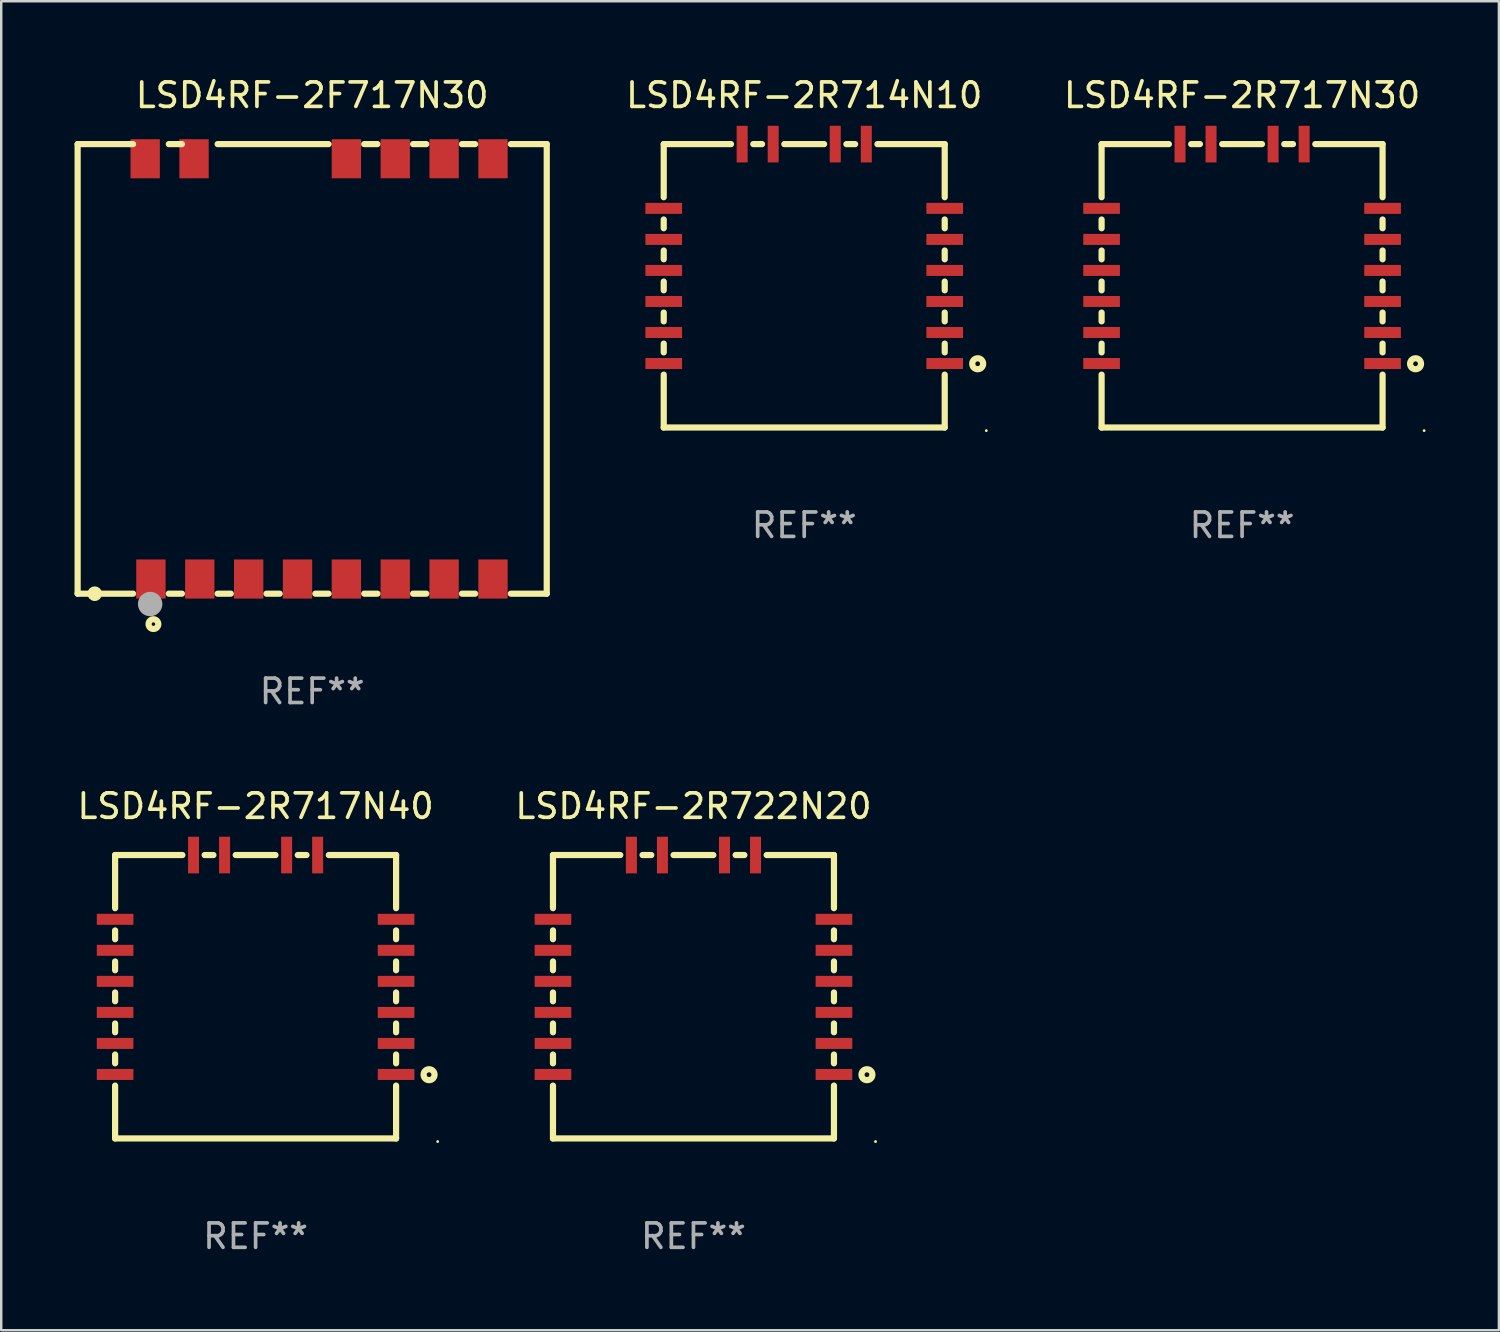
<source format=kicad_pcb>
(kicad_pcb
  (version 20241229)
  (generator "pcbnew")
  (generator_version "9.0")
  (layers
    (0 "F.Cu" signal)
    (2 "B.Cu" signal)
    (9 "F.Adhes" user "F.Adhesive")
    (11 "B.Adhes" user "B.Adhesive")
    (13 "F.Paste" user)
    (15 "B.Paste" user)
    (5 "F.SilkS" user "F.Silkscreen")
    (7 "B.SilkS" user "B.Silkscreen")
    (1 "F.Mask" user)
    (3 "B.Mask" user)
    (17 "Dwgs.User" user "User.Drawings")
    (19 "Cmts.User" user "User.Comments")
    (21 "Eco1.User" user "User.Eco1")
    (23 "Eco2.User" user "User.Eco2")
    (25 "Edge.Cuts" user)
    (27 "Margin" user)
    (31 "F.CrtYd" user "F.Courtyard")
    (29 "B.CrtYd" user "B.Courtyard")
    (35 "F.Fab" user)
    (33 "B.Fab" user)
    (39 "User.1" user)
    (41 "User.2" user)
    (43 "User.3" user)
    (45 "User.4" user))
  (footprint "LSD4RF-2R722N20"
    (layer "F.Cu")
    (at 25.332 37.745)
    (property "Reference" "LSD4RF-2R722N20" (at 0 -7.8 0) (layer "F.SilkS") (effects (font (size 1 1) (thickness 0.15))))
    (attr through_hole)
    (fp_line (start -5.75 -5.8) (end -2.996 -5.8) (stroke (width 0.254) (type solid)) (layer "F.SilkS"))
    (fp_line (start -5.75 -3.626) (end -5.75 -5.8) (stroke (width 0.254) (type solid)) (layer "F.SilkS"))
    (fp_line (start -5.75 -2.356) (end -5.75 -2.714) (stroke (width 0.254) (type solid)) (layer "F.SilkS"))
    (fp_line (start -5.75 -1.086) (end -5.75 -1.444) (stroke (width 0.254) (type solid)) (layer "F.SilkS"))
    (fp_line (start -5.75 0.184) (end -5.75 -0.174) (stroke (width 0.254) (type solid)) (layer "F.SilkS"))
    (fp_line (start -5.75 1.454) (end -5.75 1.096) (stroke (width 0.254) (type solid)) (layer "F.SilkS"))
    (fp_line (start -5.75 2.724) (end -5.75 2.366) (stroke (width 0.254) (type solid)) (layer "F.SilkS"))
    (fp_line (start -5.75 5.8) (end -5.75 3.636) (stroke (width 0.254) (type solid)) (layer "F.SilkS"))
    (fp_line (start -2.084 -5.8) (end -1.726 -5.8) (stroke (width 0.254) (type solid)) (layer "F.SilkS"))
    (fp_line (start -0.814 -5.8) (end 0.814 -5.8) (stroke (width 0.254) (type solid)) (layer "F.SilkS"))
    (fp_line (start 1.726 -5.8) (end 2.084 -5.8) (stroke (width 0.254) (type solid)) (layer "F.SilkS"))
    (fp_line (start 2.996 -5.8) (end 5.75 -5.8) (stroke (width 0.254) (type solid)) (layer "F.SilkS"))
    (fp_line (start 5.75 -5.8) (end 5.75 -3.626) (stroke (width 0.254) (type solid)) (layer "F.SilkS"))
    (fp_line (start 5.75 -2.714) (end 5.75 -2.356) (stroke (width 0.254) (type solid)) (layer "F.SilkS"))
    (fp_line (start 5.75 -1.444) (end 5.75 -1.086) (stroke (width 0.254) (type solid)) (layer "F.SilkS"))
    (fp_line (start 5.75 -0.174) (end 5.75 0.184) (stroke (width 0.254) (type solid)) (layer "F.SilkS"))
    (fp_line (start 5.75 1.096) (end 5.75 1.454) (stroke (width 0.254) (type solid)) (layer "F.SilkS"))
    (fp_line (start 5.75 2.366) (end 5.75 2.724) (stroke (width 0.254) (type solid)) (layer "F.SilkS"))
    (fp_line (start 5.75 3.636) (end 5.75 5.8) (stroke (width 0.254) (type solid)) (layer "F.SilkS"))
    (fp_line (start 5.75 5.8) (end -5.75 5.8) (stroke (width 0.254) (type solid)) (layer "F.SilkS"))
    (fp_circle (center 7.1 3.19) (end 7.324 3.19) (stroke (width 0.254) (type solid)) (fill no) (layer "F.SilkS"))
    (fp_circle (center 7.451 5.927) (end 7.481 5.927) (stroke (width 0.06) (type solid)) (fill no) (layer "F.SilkS"))
    (fp_text user "REF**" (at 0 9.8 0) (layer "F.Fab") (effects (font (size 1 1) (thickness 0.15))))
    (pad "1" smd rect (at 5.75 3.18 180) (size 1.5 0.45) (layers "F.Cu" "F.Mask" "F.Paste"))
    (pad "2" smd rect (at 5.75 1.91 180) (size 1.5 0.45) (layers "F.Cu" "F.Mask" "F.Paste"))
    (pad "3" smd rect (at 5.75 0.64 180) (size 1.5 0.45) (layers "F.Cu" "F.Mask" "F.Paste"))
    (pad "4" smd rect (at 5.75 -0.63 180) (size 1.5 0.45) (layers "F.Cu" "F.Mask" "F.Paste"))
    (pad "5" smd rect (at 5.75 -1.9 180) (size 1.5 0.45) (layers "F.Cu" "F.Mask" "F.Paste"))
    (pad "6" smd rect (at 5.75 -3.17 180) (size 1.5 0.45) (layers "F.Cu" "F.Mask" "F.Paste"))
    (pad "7" smd rect (at 2.54 -5.8 270) (size 1.5 0.45) (layers "F.Cu" "F.Mask" "F.Paste"))
    (pad "8" smd rect (at 1.27 -5.8 270) (size 1.5 0.45) (layers "F.Cu" "F.Mask" "F.Paste"))
    (pad "9" smd rect (at -1.27 -5.8 270) (size 1.5 0.45) (layers "F.Cu" "F.Mask" "F.Paste"))
    (pad "10" smd rect (at -2.54 -5.8 270) (size 1.5 0.45) (layers "F.Cu" "F.Mask" "F.Paste"))
    (pad "11" smd rect (at -5.75 -3.17) (size 1.5 0.45) (layers "F.Cu" "F.Mask" "F.Paste"))
    (pad "12" smd rect (at -5.75 -1.9) (size 1.5 0.45) (layers "F.Cu" "F.Mask" "F.Paste"))
    (pad "13" smd rect (at -5.75 -0.63) (size 1.5 0.45) (layers "F.Cu" "F.Mask" "F.Paste"))
    (pad "14" smd rect (at -5.75 0.64) (size 1.5 0.45) (layers "F.Cu" "F.Mask" "F.Paste"))
    (pad "15" smd rect (at -5.75 1.91) (size 1.5 0.45) (layers "F.Cu" "F.Mask" "F.Paste"))
    (pad "16" smd rect (at -5.75 3.18) (size 1.5 0.45) (layers "F.Cu" "F.Mask" "F.Paste")))
  (footprint "LSD4RF-2F717N30"
    (layer "F.Cu")
    (at 9.727 12.048)
    (property "Reference" "LSD4RF-2F717N30" (at 0 -11.2 0) (layer "F.SilkS") (effects (font (size 1 1) (thickness 0.15))))
    (attr through_hole)
    (fp_line (start -9.6 9.2) (end -9.6 -9.2) (stroke (width 0.254) (type solid)) (layer "F.SilkS"))
    (fp_line (start -7.331 -9.2) (end -9.6 -9.2) (stroke (width 0.254) (type solid)) (layer "F.SilkS"))
    (fp_line (start -7.331 9.2) (end -9.6 9.2) (stroke (width 0.254) (type solid)) (layer "F.SilkS"))
    (fp_line (start -5.331 -9.2) (end -5.869 -9.2) (stroke (width 0.254) (type solid)) (layer "F.SilkS"))
    (fp_line (start -5.331 9.2) (end -5.869 9.2) (stroke (width 0.254) (type solid)) (layer "F.SilkS"))
    (fp_line (start -3.331 9.2) (end -3.869 9.2) (stroke (width 0.254) (type solid)) (layer "F.SilkS"))
    (fp_line (start -1.331 9.2) (end -1.869 9.2) (stroke (width 0.254) (type solid)) (layer "F.SilkS"))
    (fp_line (start 0.669 -9.2) (end -3.869 -9.2) (stroke (width 0.254) (type solid)) (layer "F.SilkS"))
    (fp_line (start 0.669 9.2) (end 0.131 9.2) (stroke (width 0.254) (type solid)) (layer "F.SilkS"))
    (fp_line (start 2.669 -9.2) (end 2.131 -9.2) (stroke (width 0.254) (type solid)) (layer "F.SilkS"))
    (fp_line (start 2.669 9.2) (end 2.131 9.2) (stroke (width 0.254) (type solid)) (layer "F.SilkS"))
    (fp_line (start 4.669 -9.2) (end 4.131 -9.2) (stroke (width 0.254) (type solid)) (layer "F.SilkS"))
    (fp_line (start 4.669 9.2) (end 4.131 9.2) (stroke (width 0.254) (type solid)) (layer "F.SilkS"))
    (fp_line (start 6.669 -9.2) (end 6.131 -9.2) (stroke (width 0.254) (type solid)) (layer "F.SilkS"))
    (fp_line (start 6.669 9.2) (end 6.131 9.2) (stroke (width 0.254) (type solid)) (layer "F.SilkS"))
    (fp_line (start 9.6 -9.2) (end 8.131 -9.2) (stroke (width 0.254) (type solid)) (layer "F.SilkS"))
    (fp_line (start 9.6 9.2) (end 8.131 9.2) (stroke (width 0.254) (type solid)) (layer "F.SilkS"))
    (fp_line (start 9.6 9.2) (end 9.6 -9.2) (stroke (width 0.254) (type solid)) (layer "F.SilkS"))
    (fp_circle (center -8.9 9.2) (end -8.75 9.2) (stroke (width 0.3) (type solid)) (fill no) (layer "F.SilkS"))
    (fp_circle (center -6.497 10.446) (end -6.298 10.446) (stroke (width 0.254) (type solid)) (fill no) (layer "F.SilkS"))
    (fp_circle (center -6.632 9.624) (end -6.382 9.624) (stroke (width 0.5) (type solid)) (fill no) (layer "F.Fab"))
    (fp_text user "REF**" (at 0 13.2 0) (layer "F.Fab") (effects (font (size 1 1) (thickness 0.15))))
    (pad "1" smd rect (at -6.6 8.6 90) (size 1.6 1.2) (layers "F.Cu" "F.Mask" "F.Paste"))
    (pad "2" smd rect (at -4.6 8.6 90) (size 1.6 1.2) (layers "F.Cu" "F.Mask" "F.Paste"))
    (pad "3" smd rect (at -2.6 8.6 90) (size 1.6 1.2) (layers "F.Cu" "F.Mask" "F.Paste"))
    (pad "4" smd rect (at -0.6 8.6 90) (size 1.6 1.2) (layers "F.Cu" "F.Mask" "F.Paste"))
    (pad "5" smd rect (at 1.4 8.6 90) (size 1.6 1.2) (layers "F.Cu" "F.Mask" "F.Paste"))
    (pad "6" smd rect (at 3.4 8.6 90) (size 1.6 1.2) (layers "F.Cu" "F.Mask" "F.Paste"))
    (pad "7" smd rect (at 5.4 8.6 90) (size 1.6 1.2) (layers "F.Cu" "F.Mask" "F.Paste"))
    (pad "8" smd rect (at 7.4 8.6 90) (size 1.6 1.2) (layers "F.Cu" "F.Mask" "F.Paste"))
    (pad "9" smd rect (at 7.4 -8.6 90) (size 1.6 1.2) (layers "F.Cu" "F.Mask" "F.Paste"))
    (pad "10" smd rect (at 5.4 -8.6 90) (size 1.6 1.2) (layers "F.Cu" "F.Mask" "F.Paste"))
    (pad "11" smd rect (at 3.4 -8.6 90) (size 1.6 1.2) (layers "F.Cu" "F.Mask" "F.Paste"))
    (pad "12" smd rect (at 1.4 -8.6 90) (size 1.6 1.2) (layers "F.Cu" "F.Mask" "F.Paste"))
    (pad "13" smd rect (at -4.835 -8.6 90) (size 1.6 1.2) (layers "F.Cu" "F.Mask" "F.Paste"))
    (pad "14" smd rect (at -6.835 -8.6 90) (size 1.6 1.2) (layers "F.Cu" "F.Mask" "F.Paste")))
  (footprint "LSD4RF-2R714N10"
    (layer "F.Cu")
    (at 29.865 8.648)
    (property "Reference" "LSD4RF-2R714N10" (at 0 -7.8 0) (layer "F.SilkS") (effects (font (size 1 1) (thickness 0.15))))
    (attr through_hole)
    (fp_line (start -5.75 -5.8) (end -2.996 -5.8) (stroke (width 0.254) (type solid)) (layer "F.SilkS"))
    (fp_line (start -5.75 -3.626) (end -5.75 -5.8) (stroke (width 0.254) (type solid)) (layer "F.SilkS"))
    (fp_line (start -5.75 -2.356) (end -5.75 -2.714) (stroke (width 0.254) (type solid)) (layer "F.SilkS"))
    (fp_line (start -5.75 -1.086) (end -5.75 -1.444) (stroke (width 0.254) (type solid)) (layer "F.SilkS"))
    (fp_line (start -5.75 0.184) (end -5.75 -0.174) (stroke (width 0.254) (type solid)) (layer "F.SilkS"))
    (fp_line (start -5.75 1.454) (end -5.75 1.096) (stroke (width 0.254) (type solid)) (layer "F.SilkS"))
    (fp_line (start -5.75 2.724) (end -5.75 2.366) (stroke (width 0.254) (type solid)) (layer "F.SilkS"))
    (fp_line (start -5.75 5.8) (end -5.75 3.636) (stroke (width 0.254) (type solid)) (layer "F.SilkS"))
    (fp_line (start -2.084 -5.8) (end -1.726 -5.8) (stroke (width 0.254) (type solid)) (layer "F.SilkS"))
    (fp_line (start -0.814 -5.8) (end 0.814 -5.8) (stroke (width 0.254) (type solid)) (layer "F.SilkS"))
    (fp_line (start 1.726 -5.8) (end 2.084 -5.8) (stroke (width 0.254) (type solid)) (layer "F.SilkS"))
    (fp_line (start 2.996 -5.8) (end 5.75 -5.8) (stroke (width 0.254) (type solid)) (layer "F.SilkS"))
    (fp_line (start 5.75 -5.8) (end 5.75 -3.626) (stroke (width 0.254) (type solid)) (layer "F.SilkS"))
    (fp_line (start 5.75 -2.714) (end 5.75 -2.356) (stroke (width 0.254) (type solid)) (layer "F.SilkS"))
    (fp_line (start 5.75 -1.444) (end 5.75 -1.086) (stroke (width 0.254) (type solid)) (layer "F.SilkS"))
    (fp_line (start 5.75 -0.174) (end 5.75 0.184) (stroke (width 0.254) (type solid)) (layer "F.SilkS"))
    (fp_line (start 5.75 1.096) (end 5.75 1.454) (stroke (width 0.254) (type solid)) (layer "F.SilkS"))
    (fp_line (start 5.75 2.366) (end 5.75 2.724) (stroke (width 0.254) (type solid)) (layer "F.SilkS"))
    (fp_line (start 5.75 3.636) (end 5.75 5.8) (stroke (width 0.254) (type solid)) (layer "F.SilkS"))
    (fp_line (start 5.75 5.8) (end -5.75 5.8) (stroke (width 0.254) (type solid)) (layer "F.SilkS"))
    (fp_circle (center 7.1 3.19) (end 7.324 3.19) (stroke (width 0.254) (type solid)) (fill no) (layer "F.SilkS"))
    (fp_circle (center 7.451 5.927) (end 7.481 5.927) (stroke (width 0.06) (type solid)) (fill no) (layer "F.SilkS"))
    (fp_text user "REF**" (at 0 9.8 0) (layer "F.Fab") (effects (font (size 1 1) (thickness 0.15))))
    (pad "1" smd rect (at 5.75 3.18 180) (size 1.5 0.45) (layers "F.Cu" "F.Mask" "F.Paste"))
    (pad "2" smd rect (at 5.75 1.91 180) (size 1.5 0.45) (layers "F.Cu" "F.Mask" "F.Paste"))
    (pad "3" smd rect (at 5.75 0.64 180) (size 1.5 0.45) (layers "F.Cu" "F.Mask" "F.Paste"))
    (pad "4" smd rect (at 5.75 -0.63 180) (size 1.5 0.45) (layers "F.Cu" "F.Mask" "F.Paste"))
    (pad "5" smd rect (at 5.75 -1.9 180) (size 1.5 0.45) (layers "F.Cu" "F.Mask" "F.Paste"))
    (pad "6" smd rect (at 5.75 -3.17 180) (size 1.5 0.45) (layers "F.Cu" "F.Mask" "F.Paste"))
    (pad "7" smd rect (at 2.54 -5.8 270) (size 1.5 0.45) (layers "F.Cu" "F.Mask" "F.Paste"))
    (pad "8" smd rect (at 1.27 -5.8 270) (size 1.5 0.45) (layers "F.Cu" "F.Mask" "F.Paste"))
    (pad "9" smd rect (at -1.27 -5.8 270) (size 1.5 0.45) (layers "F.Cu" "F.Mask" "F.Paste"))
    (pad "10" smd rect (at -2.54 -5.8 270) (size 1.5 0.45) (layers "F.Cu" "F.Mask" "F.Paste"))
    (pad "11" smd rect (at -5.75 -3.17) (size 1.5 0.45) (layers "F.Cu" "F.Mask" "F.Paste"))
    (pad "12" smd rect (at -5.75 -1.9) (size 1.5 0.45) (layers "F.Cu" "F.Mask" "F.Paste"))
    (pad "13" smd rect (at -5.75 -0.63) (size 1.5 0.45) (layers "F.Cu" "F.Mask" "F.Paste"))
    (pad "14" smd rect (at -5.75 0.64) (size 1.5 0.45) (layers "F.Cu" "F.Mask" "F.Paste"))
    (pad "15" smd rect (at -5.75 1.91) (size 1.5 0.45) (layers "F.Cu" "F.Mask" "F.Paste"))
    (pad "16" smd rect (at -5.75 3.18) (size 1.5 0.45) (layers "F.Cu" "F.Mask" "F.Paste")))
  (footprint "LSD4RF-2R717N40"
    (layer "F.Cu")
    (at 7.411 37.745)
    (property "Reference" "LSD4RF-2R717N40" (at 0 -7.8 0) (layer "F.SilkS") (effects (font (size 1 1) (thickness 0.15))))
    (attr through_hole)
    (fp_line (start -5.75 -5.8) (end -2.996 -5.8) (stroke (width 0.254) (type solid)) (layer "F.SilkS"))
    (fp_line (start -5.75 -3.626) (end -5.75 -5.8) (stroke (width 0.254) (type solid)) (layer "F.SilkS"))
    (fp_line (start -5.75 -2.356) (end -5.75 -2.714) (stroke (width 0.254) (type solid)) (layer "F.SilkS"))
    (fp_line (start -5.75 -1.086) (end -5.75 -1.444) (stroke (width 0.254) (type solid)) (layer "F.SilkS"))
    (fp_line (start -5.75 0.184) (end -5.75 -0.174) (stroke (width 0.254) (type solid)) (layer "F.SilkS"))
    (fp_line (start -5.75 1.454) (end -5.75 1.096) (stroke (width 0.254) (type solid)) (layer "F.SilkS"))
    (fp_line (start -5.75 2.724) (end -5.75 2.366) (stroke (width 0.254) (type solid)) (layer "F.SilkS"))
    (fp_line (start -5.75 5.8) (end -5.75 3.636) (stroke (width 0.254) (type solid)) (layer "F.SilkS"))
    (fp_line (start -2.084 -5.8) (end -1.726 -5.8) (stroke (width 0.254) (type solid)) (layer "F.SilkS"))
    (fp_line (start -0.814 -5.8) (end 0.814 -5.8) (stroke (width 0.254) (type solid)) (layer "F.SilkS"))
    (fp_line (start 1.726 -5.8) (end 2.084 -5.8) (stroke (width 0.254) (type solid)) (layer "F.SilkS"))
    (fp_line (start 2.996 -5.8) (end 5.75 -5.8) (stroke (width 0.254) (type solid)) (layer "F.SilkS"))
    (fp_line (start 5.75 -5.8) (end 5.75 -3.626) (stroke (width 0.254) (type solid)) (layer "F.SilkS"))
    (fp_line (start 5.75 -2.714) (end 5.75 -2.356) (stroke (width 0.254) (type solid)) (layer "F.SilkS"))
    (fp_line (start 5.75 -1.444) (end 5.75 -1.086) (stroke (width 0.254) (type solid)) (layer "F.SilkS"))
    (fp_line (start 5.75 -0.174) (end 5.75 0.184) (stroke (width 0.254) (type solid)) (layer "F.SilkS"))
    (fp_line (start 5.75 1.096) (end 5.75 1.454) (stroke (width 0.254) (type solid)) (layer "F.SilkS"))
    (fp_line (start 5.75 2.366) (end 5.75 2.724) (stroke (width 0.254) (type solid)) (layer "F.SilkS"))
    (fp_line (start 5.75 3.636) (end 5.75 5.8) (stroke (width 0.254) (type solid)) (layer "F.SilkS"))
    (fp_line (start 5.75 5.8) (end -5.75 5.8) (stroke (width 0.254) (type solid)) (layer "F.SilkS"))
    (fp_circle (center 7.1 3.19) (end 7.324 3.19) (stroke (width 0.254) (type solid)) (fill no) (layer "F.SilkS"))
    (fp_circle (center 7.451 5.927) (end 7.481 5.927) (stroke (width 0.06) (type solid)) (fill no) (layer "F.SilkS"))
    (fp_text user "REF**" (at 0 9.8 0) (layer "F.Fab") (effects (font (size 1 1) (thickness 0.15))))
    (pad "1" smd rect (at 5.75 3.18 180) (size 1.5 0.45) (layers "F.Cu" "F.Mask" "F.Paste"))
    (pad "2" smd rect (at 5.75 1.91 180) (size 1.5 0.45) (layers "F.Cu" "F.Mask" "F.Paste"))
    (pad "3" smd rect (at 5.75 0.64 180) (size 1.5 0.45) (layers "F.Cu" "F.Mask" "F.Paste"))
    (pad "4" smd rect (at 5.75 -0.63 180) (size 1.5 0.45) (layers "F.Cu" "F.Mask" "F.Paste"))
    (pad "5" smd rect (at 5.75 -1.9 180) (size 1.5 0.45) (layers "F.Cu" "F.Mask" "F.Paste"))
    (pad "6" smd rect (at 5.75 -3.17 180) (size 1.5 0.45) (layers "F.Cu" "F.Mask" "F.Paste"))
    (pad "7" smd rect (at 2.54 -5.8 270) (size 1.5 0.45) (layers "F.Cu" "F.Mask" "F.Paste"))
    (pad "8" smd rect (at 1.27 -5.8 270) (size 1.5 0.45) (layers "F.Cu" "F.Mask" "F.Paste"))
    (pad "9" smd rect (at -1.27 -5.8 270) (size 1.5 0.45) (layers "F.Cu" "F.Mask" "F.Paste"))
    (pad "10" smd rect (at -2.54 -5.8 270) (size 1.5 0.45) (layers "F.Cu" "F.Mask" "F.Paste"))
    (pad "11" smd rect (at -5.75 -3.17) (size 1.5 0.45) (layers "F.Cu" "F.Mask" "F.Paste"))
    (pad "12" smd rect (at -5.75 -1.9) (size 1.5 0.45) (layers "F.Cu" "F.Mask" "F.Paste"))
    (pad "13" smd rect (at -5.75 -0.63) (size 1.5 0.45) (layers "F.Cu" "F.Mask" "F.Paste"))
    (pad "14" smd rect (at -5.75 0.64) (size 1.5 0.45) (layers "F.Cu" "F.Mask" "F.Paste"))
    (pad "15" smd rect (at -5.75 1.91) (size 1.5 0.45) (layers "F.Cu" "F.Mask" "F.Paste"))
    (pad "16" smd rect (at -5.75 3.18) (size 1.5 0.45) (layers "F.Cu" "F.Mask" "F.Paste")))
  (footprint "LSD4RF-2R717N30"
    (layer "F.Cu")
    (at 47.786 8.648)
    (property "Reference" "LSD4RF-2R717N30" (at 0 -7.8 0) (layer "F.SilkS") (effects (font (size 1 1) (thickness 0.15))))
    (attr through_hole)
    (fp_line (start -5.75 -5.8) (end -2.996 -5.8) (stroke (width 0.254) (type solid)) (layer "F.SilkS"))
    (fp_line (start -5.75 -3.626) (end -5.75 -5.8) (stroke (width 0.254) (type solid)) (layer "F.SilkS"))
    (fp_line (start -5.75 -2.356) (end -5.75 -2.714) (stroke (width 0.254) (type solid)) (layer "F.SilkS"))
    (fp_line (start -5.75 -1.086) (end -5.75 -1.444) (stroke (width 0.254) (type solid)) (layer "F.SilkS"))
    (fp_line (start -5.75 0.184) (end -5.75 -0.174) (stroke (width 0.254) (type solid)) (layer "F.SilkS"))
    (fp_line (start -5.75 1.454) (end -5.75 1.096) (stroke (width 0.254) (type solid)) (layer "F.SilkS"))
    (fp_line (start -5.75 2.724) (end -5.75 2.366) (stroke (width 0.254) (type solid)) (layer "F.SilkS"))
    (fp_line (start -5.75 5.8) (end -5.75 3.636) (stroke (width 0.254) (type solid)) (layer "F.SilkS"))
    (fp_line (start -2.084 -5.8) (end -1.726 -5.8) (stroke (width 0.254) (type solid)) (layer "F.SilkS"))
    (fp_line (start -0.814 -5.8) (end 0.814 -5.8) (stroke (width 0.254) (type solid)) (layer "F.SilkS"))
    (fp_line (start 1.726 -5.8) (end 2.084 -5.8) (stroke (width 0.254) (type solid)) (layer "F.SilkS"))
    (fp_line (start 2.996 -5.8) (end 5.75 -5.8) (stroke (width 0.254) (type solid)) (layer "F.SilkS"))
    (fp_line (start 5.75 -5.8) (end 5.75 -3.626) (stroke (width 0.254) (type solid)) (layer "F.SilkS"))
    (fp_line (start 5.75 -2.714) (end 5.75 -2.356) (stroke (width 0.254) (type solid)) (layer "F.SilkS"))
    (fp_line (start 5.75 -1.444) (end 5.75 -1.086) (stroke (width 0.254) (type solid)) (layer "F.SilkS"))
    (fp_line (start 5.75 -0.174) (end 5.75 0.184) (stroke (width 0.254) (type solid)) (layer "F.SilkS"))
    (fp_line (start 5.75 1.096) (end 5.75 1.454) (stroke (width 0.254) (type solid)) (layer "F.SilkS"))
    (fp_line (start 5.75 2.366) (end 5.75 2.724) (stroke (width 0.254) (type solid)) (layer "F.SilkS"))
    (fp_line (start 5.75 3.636) (end 5.75 5.8) (stroke (width 0.254) (type solid)) (layer "F.SilkS"))
    (fp_line (start 5.75 5.8) (end -5.75 5.8) (stroke (width 0.254) (type solid)) (layer "F.SilkS"))
    (fp_circle (center 7.1 3.19) (end 7.324 3.19) (stroke (width 0.254) (type solid)) (fill no) (layer "F.SilkS"))
    (fp_circle (center 7.451 5.927) (end 7.481 5.927) (stroke (width 0.06) (type solid)) (fill no) (layer "F.SilkS"))
    (fp_text user "REF**" (at 0 9.8 0) (layer "F.Fab") (effects (font (size 1 1) (thickness 0.15))))
    (pad "1" smd rect (at 5.75 3.18 180) (size 1.5 0.45) (layers "F.Cu" "F.Mask" "F.Paste"))
    (pad "2" smd rect (at 5.75 1.91 180) (size 1.5 0.45) (layers "F.Cu" "F.Mask" "F.Paste"))
    (pad "3" smd rect (at 5.75 0.64 180) (size 1.5 0.45) (layers "F.Cu" "F.Mask" "F.Paste"))
    (pad "4" smd rect (at 5.75 -0.63 180) (size 1.5 0.45) (layers "F.Cu" "F.Mask" "F.Paste"))
    (pad "5" smd rect (at 5.75 -1.9 180) (size 1.5 0.45) (layers "F.Cu" "F.Mask" "F.Paste"))
    (pad "6" smd rect (at 5.75 -3.17 180) (size 1.5 0.45) (layers "F.Cu" "F.Mask" "F.Paste"))
    (pad "7" smd rect (at 2.54 -5.8 270) (size 1.5 0.45) (layers "F.Cu" "F.Mask" "F.Paste"))
    (pad "8" smd rect (at 1.27 -5.8 270) (size 1.5 0.45) (layers "F.Cu" "F.Mask" "F.Paste"))
    (pad "9" smd rect (at -1.27 -5.8 270) (size 1.5 0.45) (layers "F.Cu" "F.Mask" "F.Paste"))
    (pad "10" smd rect (at -2.54 -5.8 270) (size 1.5 0.45) (layers "F.Cu" "F.Mask" "F.Paste"))
    (pad "11" smd rect (at -5.75 -3.17) (size 1.5 0.45) (layers "F.Cu" "F.Mask" "F.Paste"))
    (pad "12" smd rect (at -5.75 -1.9) (size 1.5 0.45) (layers "F.Cu" "F.Mask" "F.Paste"))
    (pad "13" smd rect (at -5.75 -0.63) (size 1.5 0.45) (layers "F.Cu" "F.Mask" "F.Paste"))
    (pad "14" smd rect (at -5.75 0.64) (size 1.5 0.45) (layers "F.Cu" "F.Mask" "F.Paste"))
    (pad "15" smd rect (at -5.75 1.91) (size 1.5 0.45) (layers "F.Cu" "F.Mask" "F.Paste"))
    (pad "16" smd rect (at -5.75 3.18) (size 1.5 0.45) (layers "F.Cu" "F.Mask" "F.Paste")))
  (gr_rect
    (start -3 -3)
    (end 58.297 51.393)
    (stroke (width 0.1) (type default))
    (fill no)
    (layer "Edge.Cuts")))
</source>
